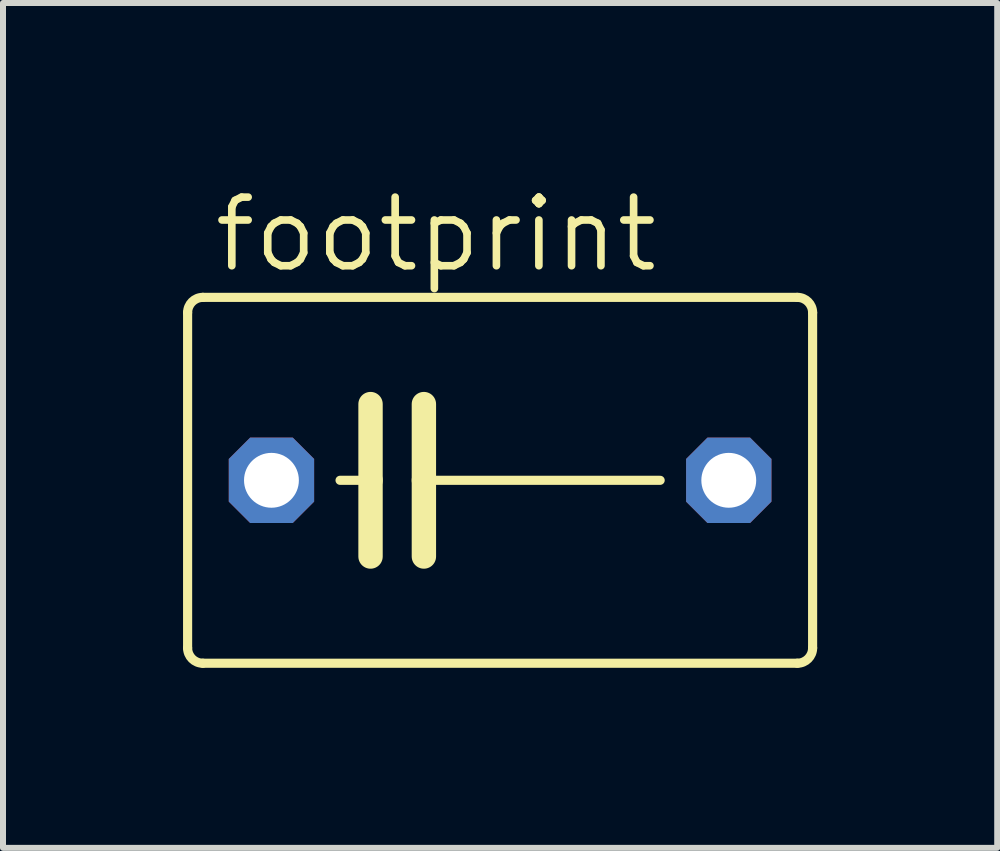
<source format=kicad_pcb>
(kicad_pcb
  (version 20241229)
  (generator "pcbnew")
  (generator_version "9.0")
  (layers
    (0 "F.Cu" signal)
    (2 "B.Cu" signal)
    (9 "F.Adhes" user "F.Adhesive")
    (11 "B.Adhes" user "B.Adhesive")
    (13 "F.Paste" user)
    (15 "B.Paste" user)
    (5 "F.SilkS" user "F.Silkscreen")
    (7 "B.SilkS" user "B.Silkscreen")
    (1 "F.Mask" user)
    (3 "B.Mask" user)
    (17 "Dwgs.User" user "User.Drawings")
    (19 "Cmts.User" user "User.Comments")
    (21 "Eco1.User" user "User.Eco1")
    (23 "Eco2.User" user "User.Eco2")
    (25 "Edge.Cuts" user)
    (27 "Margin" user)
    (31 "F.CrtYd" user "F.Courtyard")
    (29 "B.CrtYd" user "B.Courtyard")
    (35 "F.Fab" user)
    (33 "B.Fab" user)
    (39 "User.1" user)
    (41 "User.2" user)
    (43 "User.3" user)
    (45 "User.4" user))
  (footprint "footprint"
    (layer "F.Cu")
    (at 5.283 4.953)
    (property "Reference" "footprint" (at -4.826 -3.429 0) (layer "F.SilkS") (effects (font (size 1.143 1.143) (thickness 0.127)) (justify left bottom)))
    (fp_line (start -5.207 -2.794) (end -5.207 2.794) (stroke (width 0.152) (type solid)) (layer "F.SilkS"))
    (fp_line (start -4.953 3.048) (end 4.953 3.048) (stroke (width 0.152) (type solid)) (layer "F.SilkS"))
    (fp_line (start -2.667 0) (end -2.159 0) (stroke (width 0.152) (type solid)) (layer "F.SilkS"))
    (fp_line (start -2.159 -1.27) (end -2.159 0) (stroke (width 0.406) (type solid)) (layer "F.SilkS"))
    (fp_line (start -2.159 0) (end -2.159 1.27) (stroke (width 0.406) (type solid)) (layer "F.SilkS"))
    (fp_line (start -1.27 -1.27) (end -1.27 0) (stroke (width 0.406) (type solid)) (layer "F.SilkS"))
    (fp_line (start -1.27 0) (end -1.27 1.27) (stroke (width 0.406) (type solid)) (layer "F.SilkS"))
    (fp_line (start -1.27 0) (end 2.667 0) (stroke (width 0.152) (type solid)) (layer "F.SilkS"))
    (fp_line (start 4.953 -3.048) (end -4.953 -3.048) (stroke (width 0.152) (type solid)) (layer "F.SilkS"))
    (fp_line (start 5.207 2.794) (end 5.207 -2.794) (stroke (width 0.152) (type solid)) (layer "F.SilkS"))
    (fp_arc (start -5.207 -2.794) (mid -5.132605 -2.973605) (end -4.953 -3.048) (stroke (width 0.1524) (type solid)) (layer "F.SilkS"))
    (fp_arc (start -4.953 3.048) (mid -5.132605 2.973605) (end -5.207 2.794) (stroke (width 0.1524) (type solid)) (layer "F.SilkS"))
    (fp_arc (start 4.953 -3.048) (mid 5.132605 -2.973605) (end 5.207 -2.794) (stroke (width 0.1524) (type solid)) (layer "F.SilkS"))
    (fp_arc (start 5.207 2.794) (mid 5.132605 2.973605) (end 4.953 3.048) (stroke (width 0.1524) (type solid)) (layer "F.SilkS"))
    (pad "1" thru_hole roundrect (at -3.81 0) (size 1.422 1.422) (drill 0.914) (layers "*.Cu" "*.Mask") (roundrect_rratio 0.25) (chamfer_ratio 0.25) (chamfer top_left top_right bottom_left bottom_right))
    (pad "2" thru_hole roundrect (at 3.81 0) (size 1.422 1.422) (drill 0.914) (layers "*.Cu" "*.Mask") (roundrect_rratio 0.25) (chamfer_ratio 0.25) (chamfer top_left top_right bottom_left bottom_right)))
  (gr_rect
    (start -3 -3)
    (end 13.566 11.077)
    (stroke (width 0.1) (type default))
    (fill no)
    (layer "Edge.Cuts")))
</source>
